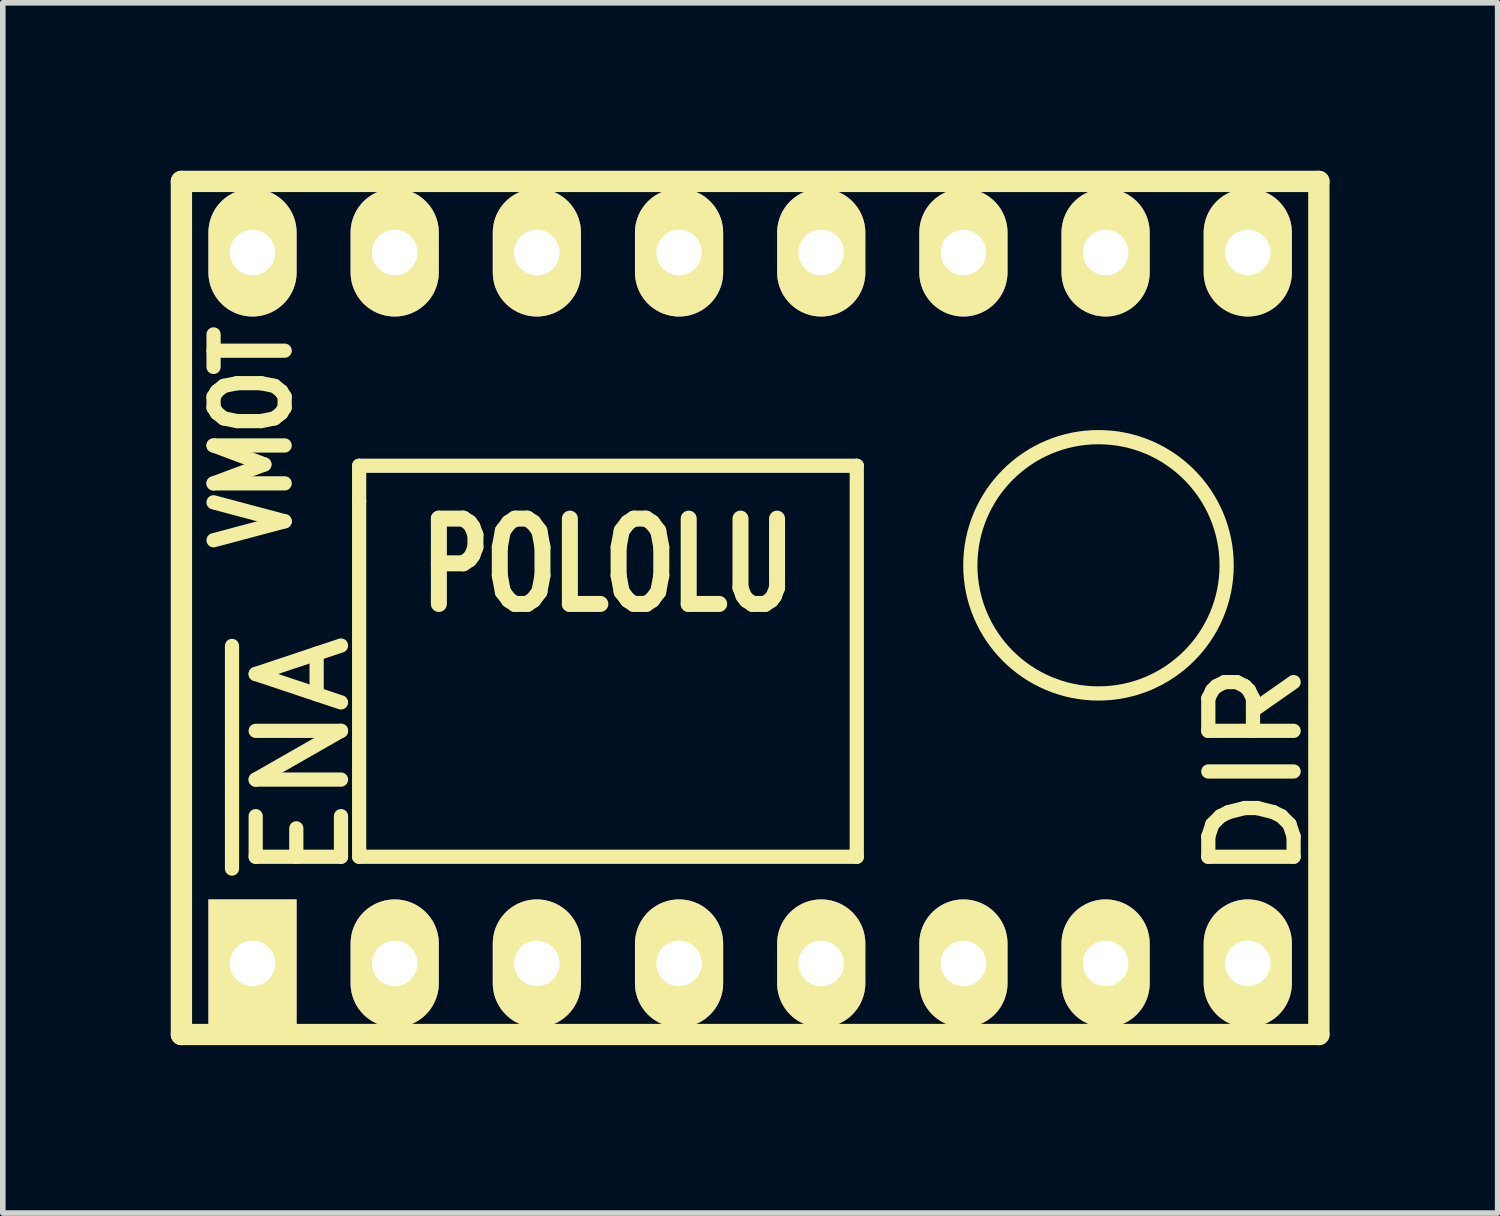
<source format=kicad_pcb>
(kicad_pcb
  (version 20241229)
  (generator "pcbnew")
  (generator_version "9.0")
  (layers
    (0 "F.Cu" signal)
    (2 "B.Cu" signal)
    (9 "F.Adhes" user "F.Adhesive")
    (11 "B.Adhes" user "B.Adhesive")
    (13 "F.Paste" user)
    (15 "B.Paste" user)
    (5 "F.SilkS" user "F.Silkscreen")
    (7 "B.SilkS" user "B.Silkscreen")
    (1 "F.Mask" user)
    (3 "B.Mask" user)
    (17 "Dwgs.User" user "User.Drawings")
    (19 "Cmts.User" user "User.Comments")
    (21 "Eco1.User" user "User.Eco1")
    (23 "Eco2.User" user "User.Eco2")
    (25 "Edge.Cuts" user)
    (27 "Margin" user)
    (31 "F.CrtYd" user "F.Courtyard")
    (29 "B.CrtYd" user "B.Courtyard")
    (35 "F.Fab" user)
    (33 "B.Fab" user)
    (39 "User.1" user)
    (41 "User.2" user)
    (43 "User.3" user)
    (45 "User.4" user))
  (footprint "POLOLU"
    (layer "F.Cu")
    (at 10.351 10.351)
    (property "Reference" "POLOLU" (at -2.54 -3.302 0) (layer "F.SilkS") (effects (font (size 1.524 1.143) (thickness 0.305))))
    (attr through_hole)
    (fp_line (start -10.16 -10.16) (end 10.16 -10.16) (stroke (width 0.381) (type solid)) (layer "F.SilkS"))
    (fp_line (start -10.16 5.08) (end -10.16 -10.16) (stroke (width 0.381) (type solid)) (layer "F.SilkS"))
    (fp_line (start -6.985 -5.08) (end -6.985 -4.445) (stroke (width 0.254) (type solid)) (layer "F.SilkS"))
    (fp_line (start -6.985 -4.445) (end -6.985 1.905) (stroke (width 0.254) (type solid)) (layer "F.SilkS"))
    (fp_line (start -6.985 1.905) (end 1.905 1.905) (stroke (width 0.254) (type solid)) (layer "F.SilkS"))
    (fp_line (start 1.905 -5.08) (end -6.985 -5.08) (stroke (width 0.254) (type solid)) (layer "F.SilkS"))
    (fp_line (start 1.905 1.905) (end 1.905 -5.08) (stroke (width 0.254) (type solid)) (layer "F.SilkS"))
    (fp_line (start 10.16 -10.16) (end 10.16 5.08) (stroke (width 0.381) (type solid)) (layer "F.SilkS"))
    (fp_line (start 10.16 5.08) (end -10.16 5.08) (stroke (width 0.381) (type solid)) (layer "F.SilkS"))
    (fp_circle (center 6.223 -3.302) (end 7.493 -5.207) (stroke (width 0.254) (type solid)) (fill no) (layer "F.SilkS"))
    (fp_text user "~{ENA}" (at -8.001 0.127 90) (layer "F.SilkS") (effects (font (size 1.524 1.524) (thickness 0.254))))
    (fp_text user "VMOT" (at -8.89 -5.588 90) (layer "F.SilkS") (effects (font (size 1.27 1.016) (thickness 0.254))))
    (fp_text user "DIR" (at 9.017 0.381 90) (layer "F.SilkS") (effects (font (size 1.524 1.524) (thickness 0.254))))
    (pad "1" thru_hole rect (at -8.89 3.81) (size 1.575 2.286) (drill 0.813) (layers "*.Cu" "*.Mask" "F.SilkS"))
    (pad "2" thru_hole oval (at -6.35 3.81) (size 1.575 2.286) (drill 0.813) (layers "*.Cu" "*.Mask" "F.SilkS"))
    (pad "3" thru_hole oval (at -3.81 3.81) (size 1.575 2.286) (drill 0.813) (layers "*.Cu" "*.Mask" "F.SilkS"))
    (pad "4" thru_hole oval (at -1.27 3.81) (size 1.575 2.286) (drill 0.813) (layers "*.Cu" "*.Mask" "F.SilkS"))
    (pad "5" thru_hole oval (at 1.27 3.81) (size 1.575 2.286) (drill 0.813) (layers "*.Cu" "*.Mask" "F.SilkS"))
    (pad "6" thru_hole oval (at 3.81 3.81) (size 1.575 2.286) (drill 0.813) (layers "*.Cu" "*.Mask" "F.SilkS"))
    (pad "7" thru_hole oval (at 6.35 3.81) (size 1.575 2.286) (drill 0.813) (layers "*.Cu" "*.Mask" "F.SilkS"))
    (pad "8" thru_hole oval (at 8.89 3.81) (size 1.575 2.286) (drill 0.813) (layers "*.Cu" "*.Mask" "F.SilkS"))
    (pad "9" thru_hole oval (at 8.89 -8.89) (size 1.575 2.286) (drill 0.813) (layers "*.Cu" "*.Mask" "F.SilkS"))
    (pad "10" thru_hole oval (at 6.35 -8.89) (size 1.575 2.286) (drill 0.813) (layers "*.Cu" "*.Mask" "F.SilkS"))
    (pad "11" thru_hole oval (at 3.81 -8.89) (size 1.575 2.286) (drill 0.813) (layers "*.Cu" "*.Mask" "F.SilkS"))
    (pad "12" thru_hole oval (at 1.27 -8.89) (size 1.575 2.286) (drill 0.813) (layers "*.Cu" "*.Mask" "F.SilkS"))
    (pad "13" thru_hole oval (at -1.27 -8.89) (size 1.575 2.286) (drill 0.813) (layers "*.Cu" "*.Mask" "F.SilkS"))
    (pad "14" thru_hole oval (at -3.81 -8.89) (size 1.575 2.286) (drill 0.813) (layers "*.Cu" "*.Mask" "F.SilkS"))
    (pad "15" thru_hole oval (at -6.35 -8.89) (size 1.575 2.286) (drill 0.813) (layers "*.Cu" "*.Mask" "F.SilkS"))
    (pad "16" thru_hole oval (at -8.89 -8.89) (size 1.575 2.286) (drill 0.813) (layers "*.Cu" "*.Mask" "F.SilkS")))
  (gr_rect
    (start -3 -3)
    (end 23.705 18.621)
    (stroke (width 0.1) (type default))
    (fill no)
    (layer "Edge.Cuts")))
</source>
